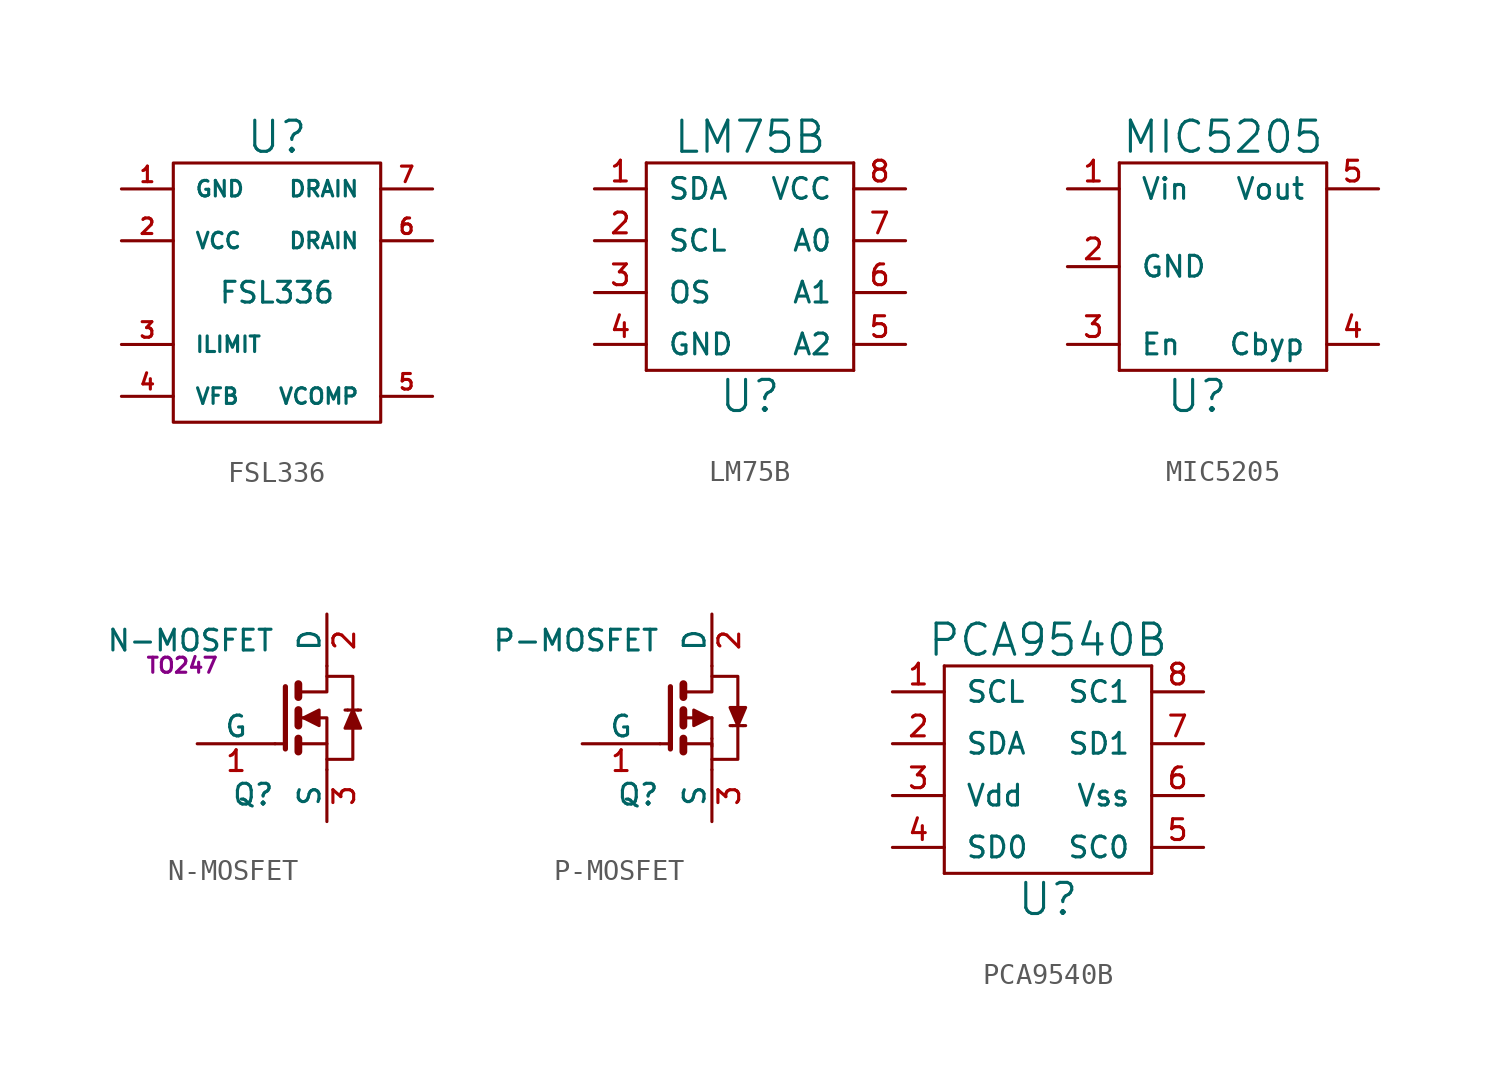
<source format=kicad_sym>
(kicad_symbol_lib
  (version 20220914)
  (generator kicad_symbol_editor)
  (symbol "FSL336"
    (pin_names
      (offset 1.016))
    (property "Reference" "U"
      (at 0 7.62 0)
      (effects (font (size 1.524 1.524))))
    (property "Value" "FSL336"
      (at 0 0 0)
      (effects (font (size 1.016 1.016))))
    (property "Footprint" ""
      (at 0 0 0)
      (effects (font (size 1.524 1.524))))
    (property "Datasheet" ""
      (at 0 0 0)
      (effects (font (size 1.524 1.524))))
    (symbol "FSL336_0_1"
      (polyline (pts (xy -5.08 6.35) (xy 5.08 6.35) (xy 5.08 -6.35) (xy -5.08 -6.35) (xy -5.08 6.35)) (stroke (width 0) (type solid)) (fill (type none))))
    (symbol "FSL336_1_1"
      (pin power_in line (at -7.62 5.08 0) (length 2.54) (name "GND" (effects (font (size 0.762 0.762)))) (number "1" (effects (font (size 0.762 0.762)))))
      (pin power_in line (at -7.62 2.54 0) (length 2.54) (name "VCC" (effects (font (size 0.762 0.762)))) (number "2" (effects (font (size 0.762 0.762)))))
      (pin input line (at -7.62 -2.54 0) (length 2.54) (name "ILIMIT" (effects (font (size 0.762 0.762)))) (number "3" (effects (font (size 0.762 0.762)))))
      (pin input line (at -7.62 -5.08 0) (length 2.54) (name "VFB" (effects (font (size 0.762 0.762)))) (number "4" (effects (font (size 0.762 0.762)))))
      (pin input line (at 7.62 -5.08 180) (length 2.54) (name "VCOMP" (effects (font (size 0.762 0.762)))) (number "5" (effects (font (size 0.762 0.762)))))
      (pin output line (at 7.62 2.54 180) (length 2.54) (name "DRAIN" (effects (font (size 0.762 0.762)))) (number "6" (effects (font (size 0.762 0.762)))))
      (pin power_in line (at 7.62 5.08 180) (length 2.54) (name "DRAIN" (effects (font (size 0.762 0.762)))) (number "7" (effects (font (size 0.762 0.762)))))))
  (symbol "LM75B"
    (pin_names
      (offset 1.016))
    (property "Reference" "U"
      (at 0 -6.35 0)
      (effects (font (size 1.524 1.524))))
    (property "Value" "LM75B"
      (at 0 6.35 0)
      (effects (font (size 1.524 1.524))))
    (property "Footprint" ""
      (at 0 0 0)
      (effects (font (size 1.524 1.524))))
    (property "Datasheet" ""
      (at 0 0 0)
      (effects (font (size 1.524 1.524))))
    (symbol "LM75B_0_1"
      (rectangle (start -5.08 -5.08) (end -5.08 5.08) (stroke (width 0) (type solid)) (fill (type none)))
      (rectangle (start -5.08 5.08) (end 5.08 5.08) (stroke (width 0) (type solid)) (fill (type none)))
      (rectangle (start 5.08 -5.08) (end -5.08 -5.08) (stroke (width 0) (type solid)) (fill (type none)))
      (rectangle (start 5.08 5.08) (end 5.08 -5.08) (stroke (width 0) (type solid)) (fill (type none))))
    (symbol "LM75B_1_1"
      (pin bidirectional line (at -7.62 3.81 0) (length 2.54) (name "SDA" (effects (font (size 1.016 1.016)))) (number "1" (effects (font (size 1.016 1.016)))))
      (pin bidirectional line (at -7.62 1.27 0) (length 2.54) (name "SCL" (effects (font (size 1.016 1.016)))) (number "2" (effects (font (size 1.016 1.016)))))
      (pin bidirectional line (at -7.62 -1.27 0) (length 2.54) (name "OS" (effects (font (size 1.016 1.016)))) (number "3" (effects (font (size 1.016 1.016)))))
      (pin bidirectional line (at -7.62 -3.81 0) (length 2.54) (name "GND" (effects (font (size 1.016 1.016)))) (number "4" (effects (font (size 1.016 1.016)))))
      (pin input line (at 7.62 -3.81 180) (length 2.54) (name "A2" (effects (font (size 1.016 1.016)))) (number "5" (effects (font (size 1.016 1.016)))))
      (pin input line (at 7.62 -1.27 180) (length 2.54) (name "A1" (effects (font (size 1.016 1.016)))) (number "6" (effects (font (size 1.016 1.016)))))
      (pin input line (at 7.62 1.27 180) (length 2.54) (name "A0" (effects (font (size 1.016 1.016)))) (number "7" (effects (font (size 1.016 1.016)))))
      (pin input line (at 7.62 3.81 180) (length 2.54) (name "VCC" (effects (font (size 1.016 1.016)))) (number "8" (effects (font (size 1.016 1.016)))))))
  (symbol "MIC5205"
    (pin_names
      (offset 1.016))
    (property "Reference" "U"
      (at -1.27 -6.35 0)
      (effects (font (size 1.524 1.524))))
    (property "Value" "MIC5205"
      (at 0 6.35 0)
      (effects (font (size 1.524 1.524))))
    (property "Footprint" ""
      (at 0 0 0)
      (effects (font (size 1.524 1.524))))
    (property "Datasheet" ""
      (at 0 0 0)
      (effects (font (size 1.524 1.524))))
    (symbol "MIC5205_0_1"
      (rectangle (start -5.08 -5.08) (end -5.08 5.08) (stroke (width 0) (type solid)) (fill (type none)))
      (rectangle (start -5.08 -5.08) (end 5.08 -5.08) (stroke (width 0) (type solid)) (fill (type none)))
      (rectangle (start -5.08 5.08) (end 5.08 5.08) (stroke (width 0) (type solid)) (fill (type none)))
      (rectangle (start 5.08 5.08) (end 5.08 -5.08) (stroke (width 0) (type solid)) (fill (type none))))
    (symbol "MIC5205_1_1"
      (pin passive line (at -7.62 3.81 0) (length 2.54) (name "Vin" (effects (font (size 1.016 1.016)))) (number "1" (effects (font (size 1.016 1.016)))))
      (pin passive line (at -7.62 0 0) (length 2.54) (name "GND" (effects (font (size 1.016 1.016)))) (number "2" (effects (font (size 1.016 1.016)))))
      (pin passive line (at -7.62 -3.81 0) (length 2.54) (name "En" (effects (font (size 1.016 1.016)))) (number "3" (effects (font (size 1.016 1.016)))))
      (pin passive line (at 7.62 -3.81 180) (length 2.54) (name "Cbyp" (effects (font (size 1.016 1.016)))) (number "4" (effects (font (size 1.016 1.016)))))
      (pin passive line (at 7.62 3.81 180) (length 2.54) (name "Vout" (effects (font (size 1.016 1.016)))) (number "5" (effects (font (size 1.016 1.016)))))))
  (symbol "N-MOSFET"
    (pin_names
      (offset 0))
    (property "Reference" "Q"
      (at -1.27 -3.759 0)
      (effects (font (size 1.016 1.016)) (justify right)))
    (property "Value" "N-MOSFET"
      (at -1.27 3.785 0)
      (effects (font (size 1.016 1.016)) (justify right)))
    (property "Footprint" "TO247"
      (at -5.817 2.565 0)
      (effects (font (size 0.737 0.737))))
    (property "Datasheet" ""
      (at -0.762 0 0)
      (effects (font (size 1.524 1.524))))
    (symbol "N-MOSFET_0_1"
      (rectangle (start -1.27 -1.27) (end -0.762 -1.27) (stroke (width 0.152) (type solid)) (fill (type none)))
      (polyline (pts (xy -0.127 -1.016) (xy -0.127 -1.651)) (stroke (width 0.381) (type solid)) (fill (type none)))
      (polyline (pts (xy -0.127 0.381) (xy -0.127 -0.381)) (stroke (width 0.381) (type solid)) (fill (type none)))
      (polyline (pts (xy -0.127 1.651) (xy -0.127 1.016)) (stroke (width 0.381) (type solid)) (fill (type none)))
      (polyline (pts (xy 2.286 0.381) (xy 2.159 0.381)) (stroke (width 0) (type solid)) (fill (type none)))
      (polyline (pts (xy 2.286 0.381) (xy 2.794 0.381)) (stroke (width 0) (type solid)) (fill (type none)))
      (polyline (pts (xy 2.794 0.381) (xy 2.921 0.381)) (stroke (width 0) (type solid)) (fill (type none)))
      (polyline (pts (xy -0.762 1.524) (xy -0.762 -1.524) (xy -0.762 -1.524)) (stroke (width 0.254) (type solid)) (fill (type none)))
      (polyline (pts (xy 0 -1.27) (xy 1.27 -1.27) (xy 1.27 -2.54)) (stroke (width 0) (type solid)) (fill (type none)))
      (polyline (pts (xy 0 1.27) (xy 1.27 1.27) (xy 1.27 2.54)) (stroke (width 0) (type solid)) (fill (type none)))
      (polyline (pts (xy 0 0) (xy 0.508 0) (xy 1.27 0) (xy 1.27 -1.27)) (stroke (width 0) (type solid)) (fill (type none)))
      (polyline (pts (xy 1.27 2.032) (xy 2.54 2.032) (xy 2.54 -2.032) (xy 1.27 -2.032)) (stroke (width 0) (type solid)) (fill (type none)))
      (polyline (pts (xy 2.54 0.381) (xy 2.159 -0.508) (xy 2.921 -0.508) (xy 2.54 0.381)) (stroke (width 0) (type solid)) (fill (type outline)))
      (polyline (pts (xy 0.127 0) (xy 0.889 0.381) (xy 0.889 -0.381) (xy 0.127 0) (xy 0.254 0) (xy 0.254 0)) (stroke (width 0) (type solid)) (fill (type outline))))
    (symbol "N-MOSFET_1_1"
      (pin input line (at -5.08 -1.27 0) (length 3.81) (name "G" (effects (font (size 1.016 1.016)))) (number "1" (effects (font (size 1.016 1.016)))))
      (pin passive line (at 1.27 5.08 270) (length 2.54) (name "D" (effects (font (size 1.016 1.016)))) (number "2" (effects (font (size 1.016 1.016)))))
      (pin passive line (at 1.27 -5.08 90) (length 2.54) (name "S" (effects (font (size 1.016 1.016)))) (number "3" (effects (font (size 1.016 1.016)))))))
  (symbol "P-MOSFET"
    (pin_names
      (offset 0))
    (property "Reference" "Q"
      (at -1.27 -3.759 0)
      (effects (font (size 1.016 1.016)) (justify right)))
    (property "Value" "P-MOSFET"
      (at -1.27 3.785 0)
      (effects (font (size 1.016 1.016)) (justify right)))
    (property "Footprint" ""
      (at -4.953 1.651 0)
      (effects (font (size 0.737 0.737))))
    (property "Datasheet" ""
      (at -0.762 0 0)
      (effects (font (size 1.524 1.524))))
    (symbol "P-MOSFET_0_1"
      (rectangle (start -1.27 -1.27) (end -0.762 -1.27) (stroke (width 0.152) (type solid)) (fill (type none)))
      (polyline (pts (xy -0.127 -1.016) (xy -0.127 -1.651)) (stroke (width 0.381) (type solid)) (fill (type none)))
      (polyline (pts (xy -0.127 0.381) (xy -0.127 -0.381)) (stroke (width 0.381) (type solid)) (fill (type none)))
      (polyline (pts (xy -0.127 1.651) (xy -0.127 1.016)) (stroke (width 0.381) (type solid)) (fill (type none)))
      (polyline (pts (xy 2.286 -0.381) (xy 2.159 -0.381)) (stroke (width 0) (type solid)) (fill (type none)))
      (polyline (pts (xy 2.286 -0.381) (xy 2.794 -0.381)) (stroke (width 0) (type solid)) (fill (type none)))
      (polyline (pts (xy 2.794 -0.381) (xy 2.921 -0.381)) (stroke (width 0) (type solid)) (fill (type none)))
      (polyline (pts (xy -0.762 1.524) (xy -0.762 -1.524) (xy -0.762 -1.524)) (stroke (width 0.254) (type solid)) (fill (type none)))
      (polyline (pts (xy 0 -1.27) (xy 1.27 -1.27) (xy 1.27 -2.54)) (stroke (width 0) (type solid)) (fill (type none)))
      (polyline (pts (xy 0 1.27) (xy 1.27 1.27) (xy 1.27 2.54)) (stroke (width 0) (type solid)) (fill (type none)))
      (polyline (pts (xy 1.27 0) (xy 0.762 0) (xy 0 0)) (stroke (width 0) (type solid)) (fill (type none)))
      (polyline (pts (xy 1.27 2.032) (xy 2.54 2.032) (xy 2.54 -2.032) (xy 1.27 -2.032)) (stroke (width 0) (type solid)) (fill (type none)))
      (polyline (pts (xy 2.54 -0.381) (xy 2.159 0.508) (xy 2.921 0.508) (xy 2.54 -0.381)) (stroke (width 0) (type solid)) (fill (type outline)))
      (polyline (pts (xy 1.143 0) (xy 0.381 0.381) (xy 0.381 -0.381) (xy 1.143 0) (xy 1.016 0) (xy 1.016 0)) (stroke (width 0) (type solid)) (fill (type outline)))
      (rectangle (start 1.27 -1.016) (end 1.27 -1.397) (stroke (width 0) (type solid)) (fill (type none)))
      (rectangle (start 1.27 0) (end 1.27 -1.016) (stroke (width 0) (type solid)) (fill (type none))))
    (symbol "P-MOSFET_1_1"
      (pin input line (at -5.08 -1.27 0) (length 3.81) (name "G" (effects (font (size 1.016 1.016)))) (number "1" (effects (font (size 1.016 1.016)))))
      (pin passive line (at 1.27 5.08 270) (length 2.54) (name "D" (effects (font (size 1.016 1.016)))) (number "2" (effects (font (size 1.016 1.016)))))
      (pin passive line (at 1.27 -5.08 90) (length 2.54) (name "S" (effects (font (size 1.016 1.016)))) (number "3" (effects (font (size 1.016 1.016)))))))
  (symbol "PCA9540B"
    (pin_names
      (offset 1.016))
    (property "Reference" "U"
      (at 0 -6.35 0)
      (effects (font (size 1.524 1.524))))
    (property "Value" "PCA9540B"
      (at 0 6.35 0)
      (effects (font (size 1.524 1.524))))
    (property "Footprint" ""
      (at 0 0 0)
      (effects (font (size 1.524 1.524))))
    (property "Datasheet" ""
      (at 0 0 0)
      (effects (font (size 1.524 1.524))))
    (symbol "PCA9540B_0_1"
      (rectangle (start -5.08 -5.08) (end -5.08 5.08) (stroke (width 0) (type solid)) (fill (type none)))
      (rectangle (start -5.08 5.08) (end 5.08 5.08) (stroke (width 0) (type solid)) (fill (type none)))
      (rectangle (start 5.08 -5.08) (end -5.08 -5.08) (stroke (width 0) (type solid)) (fill (type none)))
      (rectangle (start 5.08 -5.08) (end 5.08 5.08) (stroke (width 0) (type solid)) (fill (type none))))
    (symbol "PCA9540B_1_1"
      (pin bidirectional line (at -7.62 3.81 0) (length 2.54) (name "SCL" (effects (font (size 1.016 1.016)))) (number "1" (effects (font (size 1.016 1.016)))))
      (pin bidirectional line (at -7.62 1.27 0) (length 2.54) (name "SDA" (effects (font (size 1.016 1.016)))) (number "2" (effects (font (size 1.016 1.016)))))
      (pin power_in line (at -7.62 -1.27 0) (length 2.54) (name "Vdd" (effects (font (size 1.016 1.016)))) (number "3" (effects (font (size 1.016 1.016)))))
      (pin bidirectional line (at -7.62 -3.81 0) (length 2.54) (name "SD0" (effects (font (size 1.016 1.016)))) (number "4" (effects (font (size 1.016 1.016)))))
      (pin bidirectional line (at 7.62 -3.81 180) (length 2.54) (name "SC0" (effects (font (size 1.016 1.016)))) (number "5" (effects (font (size 1.016 1.016)))))
      (pin power_in line (at 7.62 -1.27 180) (length 2.54) (name "Vss" (effects (font (size 1.016 1.016)))) (number "6" (effects (font (size 1.016 1.016)))))
      (pin bidirectional line (at 7.62 1.27 180) (length 2.54) (name "SD1" (effects (font (size 1.016 1.016)))) (number "7" (effects (font (size 1.016 1.016)))))
      (pin bidirectional line (at 7.62 3.81 180) (length 2.54) (name "SC1" (effects (font (size 1.016 1.016)))) (number "8" (effects (font (size 1.016 1.016))))))))
</source>
